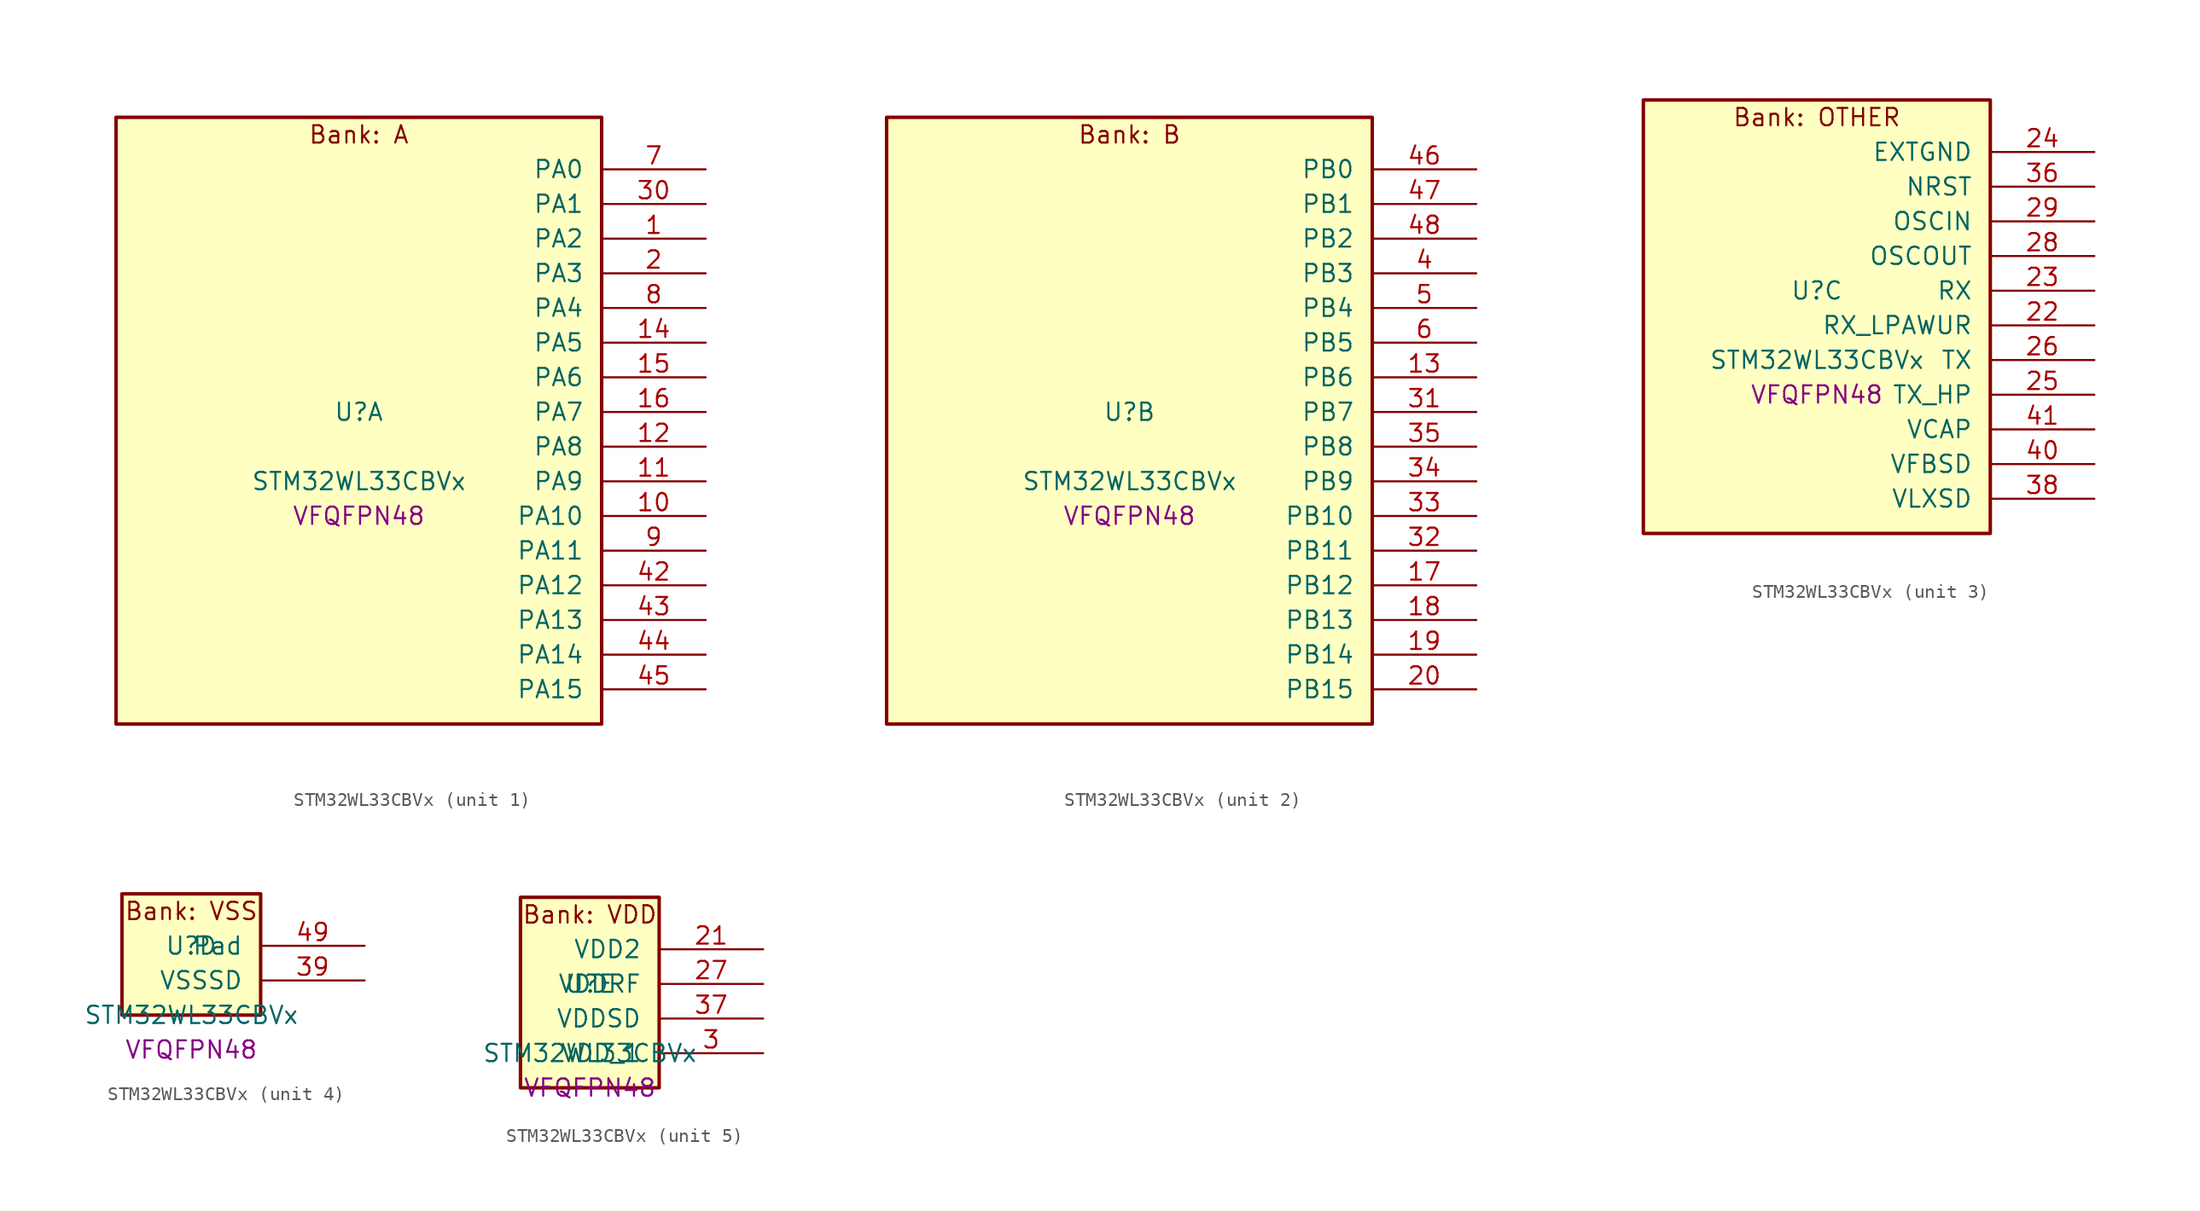
<source format=kicad_sym>
(kicad_symbol_lib
  (version 20241209)
  (generator "stm32_pkl_generator")
  (generator_version "1.0")
  (symbol "STM32WL33CBVx"
    (pin_names
      (offset 1.27))
    (property "Reference" "U"
      (at 0 2.54 0))
    (property "Value" "STM32WL33CBVx"
      (at 0 -2.54 0))
    (property "Footprint" "VFQFPN48"
      (at 0 -5.08 0))
    (symbol "STM32WL33CBVx_1_1"
      (rectangle (start -17.78 24.13) (end 17.78 -20.32) (stroke (width 0.254) (type solid)) (fill (type background)))
      (text "Bank: A" (at 0 22.86 0))
      (pin bidirectional line (at 25.4 20.32 180) (length 7.62) (name "PA0") (number "7") (alternate "PA0/I2C1_SCL" bidirectional line) (alternate "PA0/LCD_COM4" bidirectional line) (alternate "PA0/LCD_SEG12" bidirectional line) (alternate "PA0/PWR_WKUP12" bidirectional line) (alternate "PA0/TIM2_CH3" bidirectional line) (alternate "PA0/USART1_CTS" bidirectional line))
      (pin bidirectional line (at 25.4 17.78 180) (length 7.62) (name "PA1") (number "30") (alternate "PA1/I2C1_SDA" bidirectional line) (alternate "PA1/LCD_SEG0" bidirectional line) (alternate "PA1/PWR_WKUP13" bidirectional line) (alternate "PA1/TIM16_BRK" bidirectional line) (alternate "PA1/TIM2_CH4" bidirectional line) (alternate "PA1/USART1_TX" bidirectional line))
      (pin bidirectional line (at 25.4 15.24 180) (length 7.62) (name "PA2") (number "1") (alternate "PA2/ADC1_VINM2" bidirectional line) (alternate "PA2/DEBUG_SWDIO" bidirectional line) (alternate "PA2/I2S3_MCK" bidirectional line) (alternate "PA2/LCD_SEG1" bidirectional line) (alternate "PA2/PWR_WKUP14" bidirectional line) (alternate "PA2/TIM16_CH1" bidirectional line) (alternate "PA2/TIM2_CH1" bidirectional line) (alternate "PA2/USART1_CK" bidirectional line))
      (pin bidirectional line (at 25.4 12.7 180) (length 7.62) (name "PA3") (number "2") (alternate "PA3/ADC1_VINP2" bidirectional line) (alternate "PA3/DEBUG_SWCLK" bidirectional line) (alternate "PA3/I2S3_CK" bidirectional line) (alternate "PA3/LCD_SEG2" bidirectional line) (alternate "PA3/PWR_WKUP15" bidirectional line) (alternate "PA3/SPI3_SCK" bidirectional line) (alternate "PA3/TIM16_CH1N" bidirectional line) (alternate "PA3/TIM2_CH2" bidirectional line) (alternate "PA3/USART1_DE" bidirectional line) (alternate "PA3/USART1_RTS" bidirectional line))
      (pin bidirectional line (at 25.4 10.16 180) (length 7.62) (name "PA4") (number "8") (alternate "PA4/COMP1_OUT" bidirectional line) (alternate "PA4/LPUART1_TX" bidirectional line) (alternate "PA4/RCC_LCO" bidirectional line) (alternate "PA4/TIM2_CH1" bidirectional line))
      (pin bidirectional line (at 25.4 7.62 180) (length 7.62) (name "PA5") (number "14") (alternate "PA5/LCD_SEG9" bidirectional line) (alternate "PA5/LPUART1_RX" bidirectional line) (alternate "PA5/RCC_MCO" bidirectional line) (alternate "PA5/TIM2_CH2" bidirectional line))
      (pin bidirectional line (at 25.4 5.08 180) (length 7.62) (name "PA6") (number "15") (alternate "PA6/I2C2_SCL" bidirectional line) (alternate "PA6/TIM2_CH1" bidirectional line) (alternate "PA6/USART1_CTS" bidirectional line))
      (pin bidirectional line (at 25.4 2.54 180) (length 7.62) (name "PA7") (number "16") (alternate "PA7/I2C2_SDA" bidirectional line) (alternate "PA7/LPUART1_DE" bidirectional line) (alternate "PA7/LPUART1_RTS" bidirectional line) (alternate "PA7/PWR_WKUP7" bidirectional line) (alternate "PA7/TIM2_CH2" bidirectional line))
      (pin bidirectional line (at 25.4 0 180) (length 7.62) (name "PA8") (number "12") (alternate "PA8/LCD_COM0" bidirectional line) (alternate "PA8/MRSUBG_RX_SEQUENCE" bidirectional line) (alternate "PA8/PWR_WKUP8" bidirectional line) (alternate "PA8/RTC_OUT" bidirectional line) (alternate "PA8/RTC_TAMP1" bidirectional line) (alternate "PA8/RTC_TS" bidirectional line) (alternate "PA8/SPI3_MISO" bidirectional line) (alternate "PA8/TIM2_CH3" bidirectional line) (alternate "PA8/USART1_RX" bidirectional line))
      (pin bidirectional line (at 25.4 -2.54 180) (length 7.62) (name "PA9") (number "11") (alternate "PA9/I2S3_WS" bidirectional line) (alternate "PA9/LCD_SEG3" bidirectional line) (alternate "PA9/PWR_WKUP9" bidirectional line) (alternate "PA9/RTC_OUT" bidirectional line) (alternate "PA9/SPI3_NSS" bidirectional line) (alternate "PA9/TIM2_CH4" bidirectional line) (alternate "PA9/USART1_TX" bidirectional line))
      (pin bidirectional line (at 25.4 -5.08 180) (length 7.62) (name "PA10") (number "10") (alternate "PA10/I2S3_MCK" bidirectional line) (alternate "PA10/LCD_SEG4" bidirectional line) (alternate "PA10/LPUART1_CTS" bidirectional line) (alternate "PA10/MRSUBG_TX_DATA" bidirectional line) (alternate "PA10/MRSUBG_TX_SEQUENCE" bidirectional line) (alternate "PA10/PWR_WKUP10" bidirectional line))
      (pin bidirectional line (at 25.4 -7.62 180) (length 7.62) (name "PA11") (number "9") (alternate "PA11/I2S3_SD" bidirectional line) (alternate "PA11/LCD_SEG5" bidirectional line) (alternate "PA11/MRSUBG_RX_SEQUENCE" bidirectional line) (alternate "PA11/MRSUBG_TX_CLOCK" bidirectional line) (alternate "PA11/PWR_WKUP11" bidirectional line) (alternate "PA11/RCC_MCO" bidirectional line) (alternate "PA11/SPI3_MOSI" bidirectional line))
      (pin bidirectional line (at 25.4 -10.16 180) (length 7.62) (name "PA12") (number "42") (alternate "PA12/DEBUG_SWDIO" bidirectional line) (alternate "PA12/I2C1_SMBA" bidirectional line) (alternate "PA12/SPI1_NSS" bidirectional line) (alternate "PA12/TIM2_CH1" bidirectional line))
      (pin bidirectional line (at 25.4 -12.7 180) (length 7.62) (name "PA13") (number "43") (alternate "PA13/COMP1_INM" bidirectional line) (alternate "PA13/DAC1_OUT1" bidirectional line) (alternate "PA13/DEBUG_SWCLK" bidirectional line) (alternate "PA13/I2C2_SCL" bidirectional line) (alternate "PA13/LCD_SEG10" bidirectional line) (alternate "PA13/SPI1_SCK" bidirectional line) (alternate "PA13/TIM2_ETR" bidirectional line))
      (pin bidirectional line (at 25.4 -15.24 180) (length 7.62) (name "PA14") (number "44") (alternate "PA14/COMP1_INP" bidirectional line) (alternate "PA14/I2C2_SDA" bidirectional line) (alternate "PA14/LCD_SEG11" bidirectional line) (alternate "PA14/LCSC_LCB" bidirectional line) (alternate "PA14/SPI1_MISO" bidirectional line))
      (pin bidirectional line (at 25.4 -17.78 180) (length 7.62) (name "PA15") (number "45") (alternate "PA15/I2C2_SMBA" bidirectional line) (alternate "PA15/SPI1_MOSI" bidirectional line) (alternate "PA15/USART1_RX" bidirectional line)))
    (symbol "STM32WL33CBVx_2_1"
      (rectangle (start -17.78 24.13) (end 17.78 -20.32) (stroke (width 0.254) (type solid)) (fill (type background)))
      (text "Bank: B" (at 0 22.86 0))
      (pin bidirectional line (at 25.4 20.32 180) (length 7.62) (name "PB0") (number "46") (alternate "PB0/ADC1_VINM1" bidirectional line) (alternate "PB0/COMP1_INM" bidirectional line) (alternate "PB0/LCD_COM1" bidirectional line) (alternate "PB0/LPUART1_DE" bidirectional line) (alternate "PB0/LPUART1_RTS" bidirectional line) (alternate "PB0/MRSUBG_ANTENNA_SWITCH" bidirectional line) (alternate "PB0/PWR_WKUP0" bidirectional line) (alternate "PB0/SPI1_NSS" bidirectional line) (alternate "PB0/TIM16_CH1" bidirectional line) (alternate "PB0/USART1_RX" bidirectional line))
      (pin bidirectional line (at 25.4 17.78 180) (length 7.62) (name "PB1") (number "47") (alternate "PB1/ADC1_VINP1" bidirectional line) (alternate "PB1/COMP1_INP" bidirectional line) (alternate "PB1/DEBUG_SWDIO" bidirectional line) (alternate "PB1/LCD_SEG6" bidirectional line) (alternate "PB1/LCSC_LCA" bidirectional line) (alternate "PB1/MRSUBG_RX_DATA" bidirectional line) (alternate "PB1/PWR_WKUP1" bidirectional line) (alternate "PB1/SPI1_SCK" bidirectional line) (alternate "PB1/TIM16_CH1N" bidirectional line) (alternate "PB1/USART1_CK" bidirectional line))
      (pin bidirectional line (at 25.4 15.24 180) (length 7.62) (name "PB2") (number "48") (alternate "PB2/ADC1_VINM0" bidirectional line) (alternate "PB2/COMP1_INP" bidirectional line) (alternate "PB2/DEBUG_SWCLK" bidirectional line) (alternate "PB2/LCD_SEG7" bidirectional line) (alternate "PB2/LCSC_LCT" bidirectional line) (alternate "PB2/MRSUBG_RX_CLOCK" bidirectional line) (alternate "PB2/PWR_WKUP2" bidirectional line) (alternate "PB2/SPI1_MISO" bidirectional line) (alternate "PB2/TIM16_BRK" bidirectional line) (alternate "PB2/USART1_DE" bidirectional line) (alternate "PB2/USART1_RTS" bidirectional line))
      (pin bidirectional line (at 25.4 12.7 180) (length 7.62) (name "PB3") (number "4") (alternate "PB3/ADC1_VINP0" bidirectional line) (alternate "PB3/COMP1_INM" bidirectional line) (alternate "PB3/LCD_SEG8" bidirectional line) (alternate "PB3/LPUART1_TX" bidirectional line) (alternate "PB3/PWR_WKUP3" bidirectional line) (alternate "PB3/SPI1_MOSI" bidirectional line) (alternate "PB3/TIM2_CH4" bidirectional line) (alternate "PB3/USART1_CTS" bidirectional line))
      (pin bidirectional line (at 25.4 10.16 180) (length 7.62) (name "PB4") (number "5") (alternate "PB4/ADC1_VINM3" bidirectional line) (alternate "PB4/DAC1_VCMBUFF" bidirectional line) (alternate "PB4/LCD_COM5" bidirectional line) (alternate "PB4/LCD_SEG13" bidirectional line) (alternate "PB4/LPUART1_TX" bidirectional line) (alternate "PB4/PWR_WKUP4" bidirectional line) (alternate "PB4/SPI3_MISO" bidirectional line))
      (pin bidirectional line (at 25.4 7.62 180) (length 7.62) (name "PB5") (number "6") (alternate "PB5/ADC1_VINP3" bidirectional line) (alternate "PB5/I2S3_WS" bidirectional line) (alternate "PB5/LCD_COM6" bidirectional line) (alternate "PB5/LCD_SEG14" bidirectional line) (alternate "PB5/LPUART1_RX" bidirectional line) (alternate "PB5/PWR_WKUP5" bidirectional line) (alternate "PB5/SPI3_NSS" bidirectional line))
      (pin bidirectional line (at 25.4 5.08 180) (length 7.62) (name "PB6") (number "13") (alternate "PB6/COMP1_OUT" bidirectional line) (alternate "PB6/I2C1_SCL" bidirectional line) (alternate "PB6/I2S3_CK" bidirectional line) (alternate "PB6/LCD_COM7" bidirectional line) (alternate "PB6/LCD_SEG15" bidirectional line) (alternate "PB6/LPUART1_TX" bidirectional line) (alternate "PB6/PWR_WKUP6" bidirectional line) (alternate "PB6/SPI3_SCK" bidirectional line) (alternate "PB6/TIM2_CH3" bidirectional line))
      (pin bidirectional line (at 25.4 2.54 180) (length 7.62) (name "PB7") (number "31") (alternate "PB7/I2C1_SDA" bidirectional line) (alternate "PB7/I2S3_SD" bidirectional line) (alternate "PB7/LCD_COM2" bidirectional line) (alternate "PB7/LPUART1_RX" bidirectional line) (alternate "PB7/PWR_WKUP7" bidirectional line) (alternate "PB7/SPI3_MOSI" bidirectional line) (alternate "PB7/TIM2_ETR" bidirectional line))
      (pin bidirectional line (at 25.4 0 180) (length 7.62) (name "PB8") (number "35") (alternate "PB8/LPUART1_RX" bidirectional line) (alternate "PB8/SPI1_MISO" bidirectional line) (alternate "PB8/TIM2_CH4" bidirectional line) (alternate "PB8/USART1_CK" bidirectional line))
      (pin bidirectional line (at 25.4 -2.54 180) (length 7.62) (name "PB9") (number "34") (alternate "PB9/LPUART1_CTS" bidirectional line) (alternate "PB9/SPI1_MOSI" bidirectional line) (alternate "PB9/USART1_TX" bidirectional line))
      (pin bidirectional line (at 25.4 -5.08 180) (length 7.62) (name "PB10") (number "33") (alternate "PB10/I2C1_SDA" bidirectional line) (alternate "PB10/SPI1_NSS" bidirectional line) (alternate "PB10/TIM2_CH2" bidirectional line))
      (pin bidirectional line (at 25.4 -7.62 180) (length 7.62) (name "PB11") (number "32") (alternate "PB11/I2C1_SCL" bidirectional line) (alternate "PB11/SPI1_SCK" bidirectional line) (alternate "PB11/TIM2_CH1" bidirectional line) (alternate "PB11/USART1_DE" bidirectional line) (alternate "PB11/USART1_RTS" bidirectional line))
      (pin bidirectional line (at 25.4 -10.16 180) (length 7.62) (name "PB12") (number "17") (alternate "PB12/LPUART1_CTS" bidirectional line) (alternate "PB12/RCC_LCO" bidirectional line) (alternate "PB12/RCC_OSC32_OUT" bidirectional line) (alternate "PB12/TIM2_CH3" bidirectional line) (alternate "PB12/USART1_DE" bidirectional line) (alternate "PB12/USART1_RTS" bidirectional line))
      (pin bidirectional line (at 25.4 -12.7 180) (length 7.62) (name "PB13") (number "18") (alternate "PB13/I2C2_SMBA" bidirectional line) (alternate "PB13/RCC_OSC32_IN" bidirectional line) (alternate "PB13/TIM2_CH4" bidirectional line))
      (pin bidirectional line (at 25.4 -15.24 180) (length 7.62) (name "PB14") (number "19") (alternate "PB14/I2C1_SMBA" bidirectional line) (alternate "PB14/LCD_COM3" bidirectional line) (alternate "PB14/MRSUBG_TX_SEQUENCE" bidirectional line) (alternate "PB14/PWR_PVD_IN" bidirectional line) (alternate "PB14/RCC_MCO" bidirectional line) (alternate "PB14/TIM2_ETR" bidirectional line) (alternate "PB14/USART1_RX" bidirectional line))
      (pin bidirectional line (at 25.4 -17.78 180) (length 7.62) (name "PB15") (number "20") (alternate "PB15/COMP1_OUT" bidirectional line) (alternate "PB15/LCD_VLCD" bidirectional line) (alternate "PB15/USART1_TX" bidirectional line)))
    (symbol "STM32WL33CBVx_3_1"
      (rectangle (start -12.7 16.51) (end 12.7 -15.24) (stroke (width 0.254) (type solid)) (fill (type background)))
      (text "Bank: OTHER" (at 0 15.24 0))
      (pin power_in line (at 20.32 12.7 180) (length 7.62) (name "EXTGND") (number "24"))
      (pin input line (at 20.32 10.16 180) (length 7.62) (name "NRST") (number "36"))
      (pin bidirectional line (at 20.32 7.62 180) (length 7.62) (name "OSCIN") (number "29") (alternate "OSCIN/RCC_OSC_IN" bidirectional line))
      (pin bidirectional line (at 20.32 5.08 180) (length 7.62) (name "OSCOUT") (number "28") (alternate "OSCOUT/RCC_OSC_OUT" bidirectional line))
      (pin input line (at 20.32 2.54 180) (length 7.62) (name "RX") (number "23"))
      (pin input line (at 20.32 0 180) (length 7.62) (name "RX_LPAWUR") (number "22"))
      (pin input line (at 20.32 -2.54 180) (length 7.62) (name "TX") (number "26"))
      (pin input line (at 20.32 -5.08 180) (length 7.62) (name "TX_HP") (number "25"))
      (pin power_in line (at 20.32 -7.62 180) (length 7.62) (name "VCAP") (number "41"))
      (pin power_in line (at 20.32 -10.16 180) (length 7.62) (name "VFBSD") (number "40"))
      (pin power_in line (at 20.32 -12.7 180) (length 7.62) (name "VLXSD") (number "38")))
    (symbol "STM32WL33CBVx_4_1"
      (rectangle (start -5.08 6.35) (end 5.08 -2.54) (stroke (width 0.254) (type solid)) (fill (type background)))
      (text "Bank: VSS" (at 0 5.08 0))
      (pin passive line (at 12.7 2.54 180) (length 7.62) (name "Pad") (number "49"))
      (pin power_in line (at 12.7 0 180) (length 7.62) (name "VSSSD") (number "39")))
    (symbol "STM32WL33CBVx_5_1"
      (rectangle (start -5.08 8.89) (end 5.08 -5.08) (stroke (width 0.254) (type solid)) (fill (type background)))
      (text "Bank: VDD" (at 0 7.62 0))
      (pin power_in line (at 12.7 5.08 180) (length 7.62) (name "VDD2") (number "21"))
      (pin power_in line (at 12.7 2.54 180) (length 7.62) (name "VDDRF") (number "27"))
      (pin power_in line (at 12.7 0 180) (length 7.62) (name "VDDSD") (number "37"))
      (pin power_in line (at 12.7 -2.54 180) (length 7.62) (name "VDD_1") (number "3")))))
</source>
